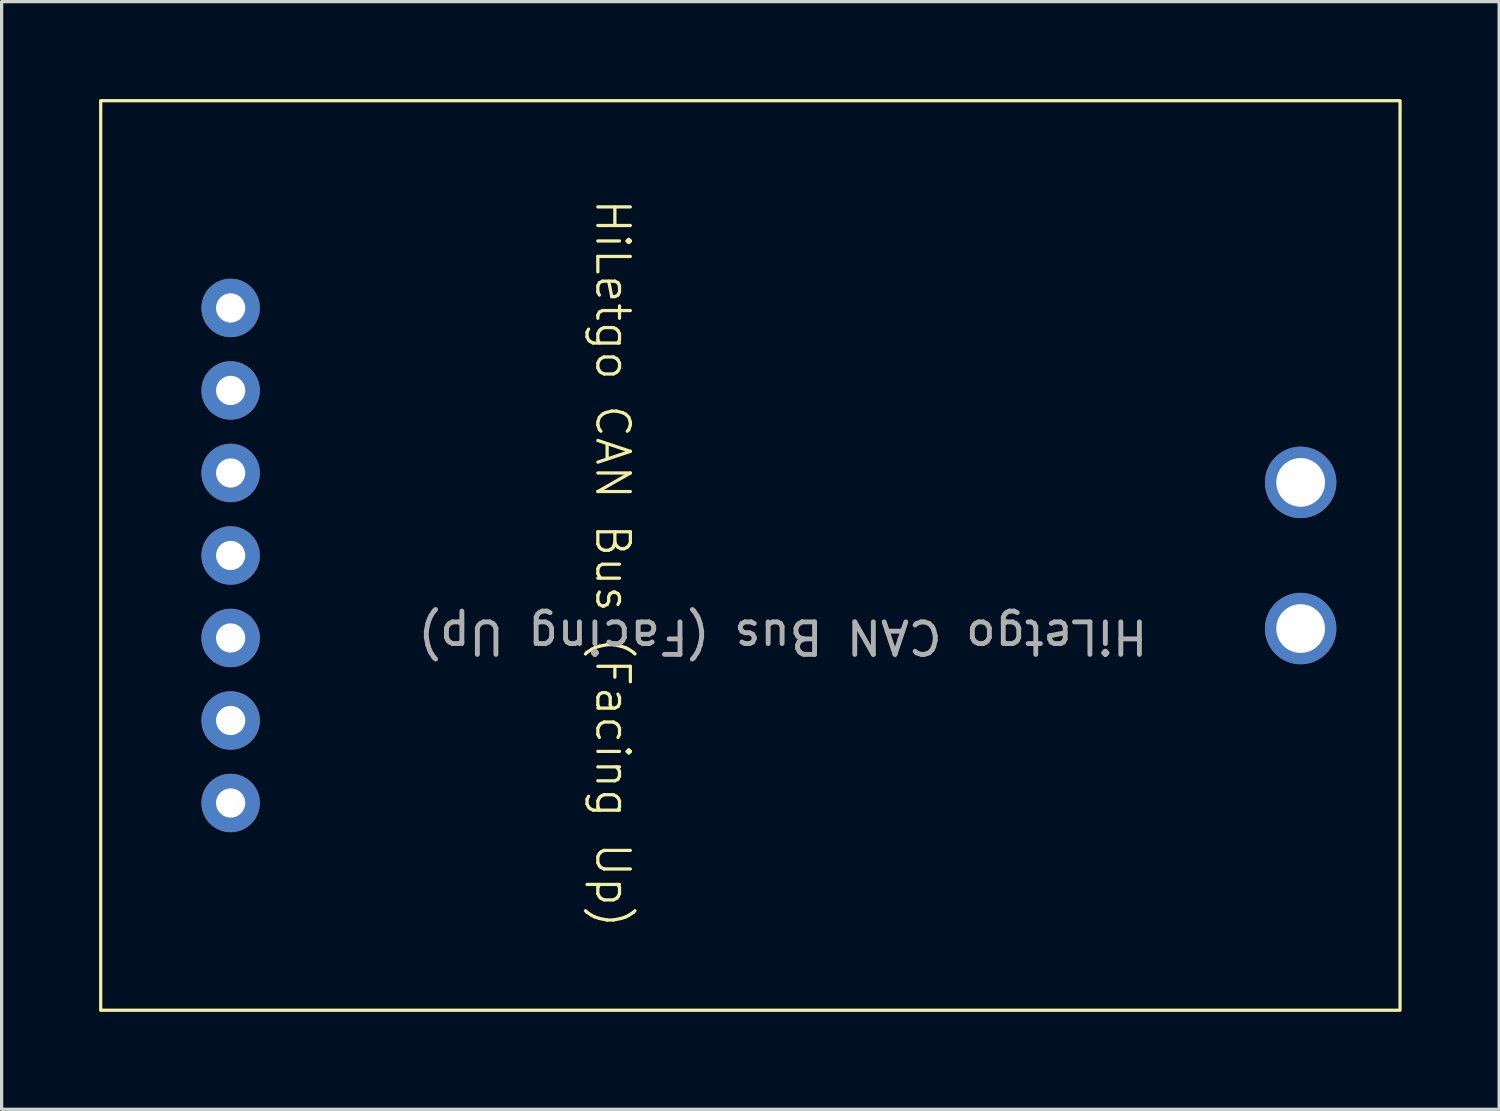
<source format=kicad_pcb>
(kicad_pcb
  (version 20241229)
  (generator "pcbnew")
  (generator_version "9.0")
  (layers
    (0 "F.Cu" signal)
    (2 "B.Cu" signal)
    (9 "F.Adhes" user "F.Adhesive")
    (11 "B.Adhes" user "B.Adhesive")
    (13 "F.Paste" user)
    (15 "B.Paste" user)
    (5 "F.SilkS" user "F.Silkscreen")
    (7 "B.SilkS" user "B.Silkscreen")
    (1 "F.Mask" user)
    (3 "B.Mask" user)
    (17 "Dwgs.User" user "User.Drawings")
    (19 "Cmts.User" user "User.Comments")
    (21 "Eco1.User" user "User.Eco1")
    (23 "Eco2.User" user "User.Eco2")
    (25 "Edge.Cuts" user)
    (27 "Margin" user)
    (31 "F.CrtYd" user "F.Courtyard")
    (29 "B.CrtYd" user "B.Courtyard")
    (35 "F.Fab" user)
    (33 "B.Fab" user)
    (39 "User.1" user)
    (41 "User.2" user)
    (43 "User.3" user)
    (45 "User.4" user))
  (footprint "HiLetgo CAN Bus (Facing Up)"
    (layer "F.Cu")
    (at 14 16.45)
    (property "Reference" "HiLetgo CAN Bus (Facing Up)" (at 1.812 -2.154 270) (unlocked yes) (layer "F.SilkS") (effects (font (size 1 1) (thickness 0.1))))
    (attr through_hole)
    (fp_rect (start -13.95 -16.4) (end 26.05 11.6) (stroke (width 0.1) (type default)) (fill no) (layer "F.SilkS"))
    (fp_text user "${REFERENCE}" (at 7.05 0.1 180) (unlocked yes) (layer "F.Fab") (effects (font (size 1 1) (thickness 0.15))))
    (pad "1" thru_hole circle (at -9.95 5.22 180) (size 1.8 1.8) (drill 0.9) (layers "*.Cu" "*.Mask"))
    (pad "2" thru_hole circle (at -9.95 2.68 180) (size 1.8 1.8) (drill 0.9) (layers "*.Cu" "*.Mask"))
    (pad "3" thru_hole circle (at -9.95 0.14 180) (size 1.8 1.8) (drill 0.9) (layers "*.Cu" "*.Mask"))
    (pad "4" thru_hole circle (at -9.95 -2.4 180) (size 1.8 1.8) (drill 0.9) (layers "*.Cu" "*.Mask"))
    (pad "5" thru_hole circle (at -9.95 -4.94 180) (size 1.8 1.8) (drill 0.9) (layers "*.Cu" "*.Mask"))
    (pad "6" thru_hole circle (at -9.95 -7.48 180) (size 1.8 1.8) (drill 0.9) (layers "*.Cu" "*.Mask"))
    (pad "7" thru_hole circle (at -9.95 -10.02 180) (size 1.8 1.8) (drill 0.9) (layers "*.Cu" "*.Mask"))
    (pad "8" thru_hole circle (at 22.99 -4.65 180) (size 2.2 2.2) (drill 1.5) (layers "*.Cu" "*.Mask"))
    (pad "9" thru_hole circle (at 22.99 -0.15 180) (size 2.2 2.2) (drill 1.5) (layers "*.Cu" "*.Mask")))
  (gr_rect
    (start -3 -3)
    (end 43.1 31.1)
    (stroke (width 0.1) (type default))
    (fill no)
    (layer "Edge.Cuts")))
</source>
